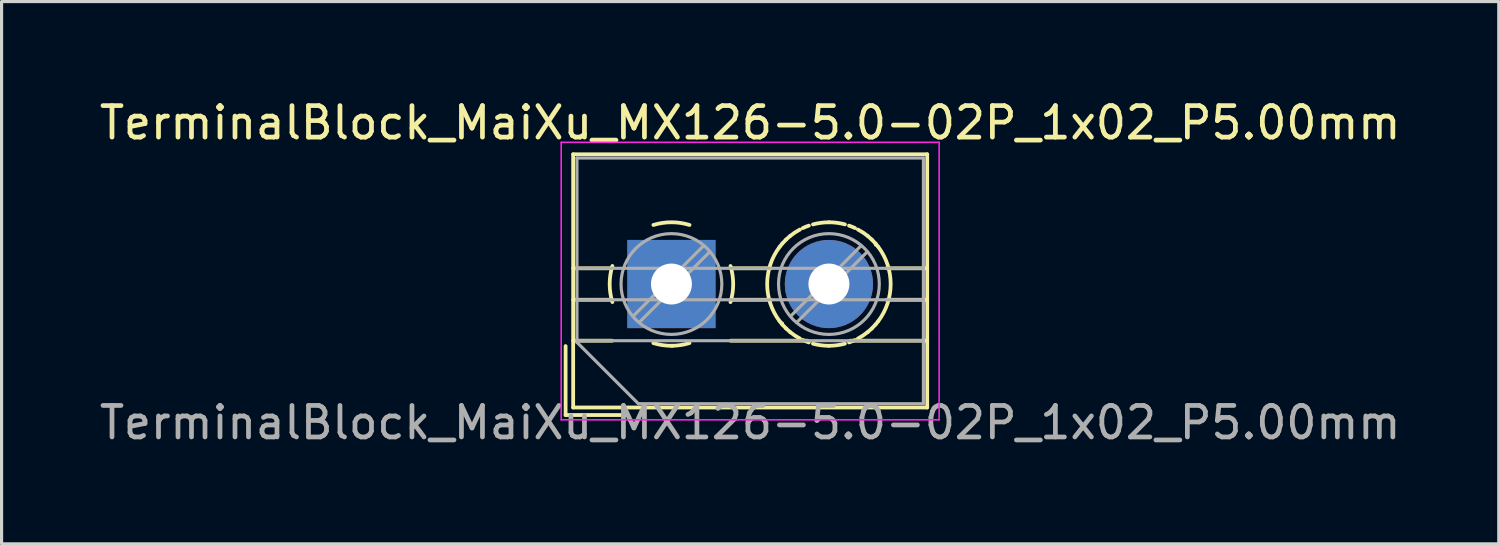
<source format=kicad_pcb>
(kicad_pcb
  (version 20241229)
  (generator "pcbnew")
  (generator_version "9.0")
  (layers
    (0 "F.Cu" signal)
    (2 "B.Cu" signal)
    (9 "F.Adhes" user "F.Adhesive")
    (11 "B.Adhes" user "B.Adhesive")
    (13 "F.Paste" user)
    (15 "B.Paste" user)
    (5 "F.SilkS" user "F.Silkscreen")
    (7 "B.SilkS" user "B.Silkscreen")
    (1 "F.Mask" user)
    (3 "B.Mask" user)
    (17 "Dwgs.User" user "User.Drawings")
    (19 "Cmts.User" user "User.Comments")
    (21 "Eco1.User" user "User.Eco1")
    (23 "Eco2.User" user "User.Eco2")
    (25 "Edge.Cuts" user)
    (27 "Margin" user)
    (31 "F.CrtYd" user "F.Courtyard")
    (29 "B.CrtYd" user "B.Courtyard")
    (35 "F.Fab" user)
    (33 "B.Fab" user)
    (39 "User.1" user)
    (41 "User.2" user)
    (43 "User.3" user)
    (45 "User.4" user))
  (footprint "TerminalBlock_MaiXu_MX126-5.0-02P_1x02_P5.00mm"
    (layer "F.Cu")
    (at 18.268 5.968)
    (property "Reference" "TerminalBlock_MaiXu_MX126-5.0-02P_1x02_P5.00mm" (at 2.5 -5.12 0) (layer "F.SilkS") (effects (font (size 1 1) (thickness 0.15))))
    (attr through_hole)
    (fp_line (start -3.36 1.97) (end -3.36 4.16) (stroke (width 0.12) (type solid)) (layer "F.SilkS"))
    (fp_line (start -3.36 4.16) (end -1.41 4.16) (stroke (width 0.12) (type solid)) (layer "F.SilkS"))
    (fp_line (start -3.12 -4.12) (end -3.12 3.92) (stroke (width 0.12) (type solid)) (layer "F.SilkS"))
    (fp_line (start -3.12 -4.12) (end 8.121 -4.12) (stroke (width 0.12) (type solid)) (layer "F.SilkS"))
    (fp_line (start -3.12 -0.5) (end -1.88 -0.5) (stroke (width 0.12) (type solid)) (layer "F.SilkS"))
    (fp_line (start -3.12 0.5) (end -1.88 0.5) (stroke (width 0.12) (type solid)) (layer "F.SilkS"))
    (fp_line (start -3.12 1.8) (end -1.88 1.8) (stroke (width 0.12) (type solid)) (layer "F.SilkS"))
    (fp_line (start -3.12 3.92) (end 8.121 3.92) (stroke (width 0.12) (type solid)) (layer "F.SilkS"))
    (fp_line (start 1.88 -0.5) (end 3.165 -0.5) (stroke (width 0.12) (type solid)) (layer "F.SilkS"))
    (fp_line (start 1.88 0.5) (end 3.165 0.5) (stroke (width 0.12) (type solid)) (layer "F.SilkS"))
    (fp_line (start 1.88 1.8) (end 4.331 1.8) (stroke (width 0.12) (type solid)) (layer "F.SilkS"))
    (fp_line (start 3.514 1.248) (end 3.514 1.248) (stroke (width 0.12) (type solid)) (layer "F.SilkS"))
    (fp_line (start 5.67 1.8) (end 8.121 1.8) (stroke (width 0.12) (type solid)) (layer "F.SilkS"))
    (fp_line (start 6.487 -1.248) (end 6.487 -1.248) (stroke (width 0.12) (type solid)) (layer "F.SilkS"))
    (fp_line (start 6.836 -0.5) (end 8.121 -0.5) (stroke (width 0.12) (type solid)) (layer "F.SilkS"))
    (fp_line (start 6.836 0.5) (end 8.121 0.5) (stroke (width 0.12) (type solid)) (layer "F.SilkS"))
    (fp_line (start 8.121 -4.12) (end 8.121 3.92) (stroke (width 0.12) (type solid)) (layer "F.SilkS"))
    (fp_arc (start -1.875422 0.572619) (mid -1.960893 -0.000722) (end -1.875 -0.574) (stroke (width 0.12) (type solid)) (layer "F.SilkS"))
    (fp_arc (start -0.572619 -1.875422) (mid 0.000722 -1.960893) (end 0.574 -1.875) (stroke (width 0.12) (type solid)) (layer "F.SilkS"))
    (fp_arc (start 0.0335 1.960607) (mid -0.273618 1.941709) (end -0.574 1.875) (stroke (width 0.12) (type solid)) (layer "F.SilkS"))
    (fp_arc (start 0.573049 1.874357) (mid 0.289706 1.938471) (end 0 1.96) (stroke (width 0.12) (type solid)) (layer "F.SilkS"))
    (fp_arc (start 1.875422 -0.572619) (mid 1.960893 0.000722) (end 1.875 0.574) (stroke (width 0.12) (type solid)) (layer "F.SilkS"))
    (fp_arc (start 3.434339 1.179122) (mid 3.039994 -0.000549) (end 3.435 -1.18) (stroke (width 0.12) (type solid)) (layer "F.SilkS"))
    (fp_arc (start 3.434826 -1.180695) (mid 3.476985 -1.2346) (end 3.521 -1.287) (stroke (width 0.12) (type solid)) (layer "F.SilkS"))
    (fp_arc (start 3.521125 1.286294) (mid 3.477135 1.233899) (end 3.435 1.18) (stroke (width 0.12) (type solid)) (layer "F.SilkS"))
    (fp_arc (start 3.521202 -1.287012) (mid 3.578748 -1.350291) (end 3.639 -1.411) (stroke (width 0.12) (type solid)) (layer "F.SilkS"))
    (fp_arc (start 3.63871 1.41001) (mid 3.578502 1.349289) (end 3.521 1.286) (stroke (width 0.12) (type solid)) (layer "F.SilkS"))
    (fp_arc (start 3.638867 -1.410738) (mid 3.701698 -1.468767) (end 3.767 -1.524) (stroke (width 0.12) (type solid)) (layer "F.SilkS"))
    (fp_arc (start 3.767069 1.523253) (mid 3.701799 1.468024) (end 3.639 1.41) (stroke (width 0.12) (type solid)) (layer "F.SilkS"))
    (fp_arc (start 3.767452 -1.524377) (mid 3.835117 -1.576689) (end 3.905 -1.626) (stroke (width 0.12) (type solid)) (layer "F.SilkS"))
    (fp_arc (start 3.904517 1.625664) (mid 3.834649 1.576332) (end 3.767 1.524) (stroke (width 0.12) (type solid)) (layer "F.SilkS"))
    (fp_arc (start 3.93363 -1.644317) (mid 4.00637 -1.689266) (end 4.081 -1.731) (stroke (width 0.12) (type solid)) (layer "F.SilkS"))
    (fp_arc (start 4.080344 1.730739) (mid 4.005726 1.688977) (end 3.933 1.644) (stroke (width 0.12) (type solid)) (layer "F.SilkS"))
    (fp_arc (start 4.172694 -1.777259) (mid 4.266842 -1.818121) (end 4.363 -1.854) (stroke (width 0.12) (type solid)) (layer "F.SilkS"))
    (fp_arc (start 4.362283 1.853815) (mid 4.266136 1.817899) (end 4.172 1.777) (stroke (width 0.12) (type solid)) (layer "F.SilkS"))
    (fp_arc (start 4.493681 -1.893473) (mid 4.74516 -1.943362) (end 5.001 -1.96) (stroke (width 0.12) (type solid)) (layer "F.SilkS"))
    (fp_arc (start 5.000479 1.960685) (mid 4.744554 1.943973) (end 4.493 1.894) (stroke (width 0.12) (type solid)) (layer "F.SilkS"))
    (fp_arc (start 5.000487 -1.960944) (mid 5.256437 -1.944104) (end 5.508 -1.894) (stroke (width 0.12) (type solid)) (layer "F.SilkS"))
    (fp_arc (start 5.507285 1.893215) (mid 5.255831 1.943232) (end 5 1.96) (stroke (width 0.12) (type solid)) (layer "F.SilkS"))
    (fp_arc (start 5.638712 -1.85392) (mid 5.734863 -1.817951) (end 5.829 -1.777) (stroke (width 0.12) (type solid)) (layer "F.SilkS"))
    (fp_arc (start 5.829295 1.77705) (mid 5.735155 1.818016) (end 5.639 1.854) (stroke (width 0.12) (type solid)) (layer "F.SilkS"))
    (fp_arc (start 5.920652 -1.730826) (mid 5.995273 -1.689021) (end 6.068 -1.644) (stroke (width 0.12) (type solid)) (layer "F.SilkS"))
    (fp_arc (start 6.068362 1.644143) (mid 5.995629 1.689179) (end 5.921 1.731) (stroke (width 0.12) (type solid)) (layer "F.SilkS"))
    (fp_arc (start 6.096479 -1.625751) (mid 6.16635 -1.576376) (end 6.234 -1.524) (stroke (width 0.12) (type solid)) (layer "F.SilkS"))
    (fp_arc (start 6.233457 1.523294) (mid 6.165838 1.575647) (end 6.096 1.625) (stroke (width 0.12) (type solid)) (layer "F.SilkS"))
    (fp_arc (start 6.233928 -1.523341) (mid 6.2992 -1.468068) (end 6.362 -1.41) (stroke (width 0.12) (type solid)) (layer "F.SilkS"))
    (fp_arc (start 6.36213 1.410651) (mid 6.299301 1.468723) (end 6.234 1.524) (stroke (width 0.12) (type solid)) (layer "F.SilkS"))
    (fp_arc (start 6.362286 -1.410097) (mid 6.422497 -1.349333) (end 6.48 -1.286) (stroke (width 0.12) (type solid)) (layer "F.SilkS"))
    (fp_arc (start 6.479707 1.285928) (mid 6.422207 1.349248) (end 6.362 1.41) (stroke (width 0.12) (type solid)) (layer "F.SilkS"))
    (fp_arc (start 6.479873 -1.286364) (mid 6.523865 -1.233934) (end 6.566 -1.18) (stroke (width 0.12) (type solid)) (layer "F.SilkS"))
    (fp_arc (start 6.565937 -1.180084) (mid 6.960805 -0.000052) (end 6.566 1.18) (stroke (width 0.12) (type solid)) (layer "F.SilkS"))
    (fp_arc (start 6.566102 1.179628) (mid 6.523979 1.233565) (end 6.48 1.286) (stroke (width 0.12) (type solid)) (layer "F.SilkS"))
    (fp_line (start -3.5 -4.5) (end -3.5 4.31) (stroke (width 0.05) (type solid)) (layer "F.CrtYd"))
    (fp_line (start -3.5 4.31) (end 8.5 4.31) (stroke (width 0.05) (type solid)) (layer "F.CrtYd"))
    (fp_line (start 8.5 -4.5) (end -3.5 -4.5) (stroke (width 0.05) (type solid)) (layer "F.CrtYd"))
    (fp_line (start 8.5 4.31) (end 8.5 -4.5) (stroke (width 0.05) (type solid)) (layer "F.CrtYd"))
    (fp_line (start -3 -4) (end 8 -4) (stroke (width 0.1) (type solid)) (layer "F.Fab"))
    (fp_line (start -3 -0.5) (end 8 -0.5) (stroke (width 0.1) (type solid)) (layer "F.Fab"))
    (fp_line (start -3 0.5) (end 8 0.5) (stroke (width 0.1) (type solid)) (layer "F.Fab"))
    (fp_line (start -3 1.8) (end 8 1.8) (stroke (width 0.1) (type solid)) (layer "F.Fab"))
    (fp_line (start -3 1.85) (end -3 -4) (stroke (width 0.1) (type solid)) (layer "F.Fab"))
    (fp_line (start -1.05 3.8) (end -3 1.85) (stroke (width 0.1) (type solid)) (layer "F.Fab"))
    (fp_line (start 1.019 -1.214) (end -1.214 1.018) (stroke (width 0.1) (type solid)) (layer "F.Fab"))
    (fp_line (start 1.214 -1.019) (end -1.019 1.214) (stroke (width 0.1) (type solid)) (layer "F.Fab"))
    (fp_line (start 6.019 -1.214) (end 3.787 1.018) (stroke (width 0.1) (type solid)) (layer "F.Fab"))
    (fp_line (start 6.214 -1.019) (end 3.982 1.214) (stroke (width 0.1) (type solid)) (layer "F.Fab"))
    (fp_line (start 8 -4) (end 8 3.8) (stroke (width 0.1) (type solid)) (layer "F.Fab"))
    (fp_line (start 8 3.8) (end -1.05 3.8) (stroke (width 0.1) (type solid)) (layer "F.Fab"))
    (fp_circle (center 0 0) (end 1.6 0) (stroke (width 0.1) (type solid)) (fill no) (layer "F.Fab"))
    (fp_circle (center 5 0) (end 6.6 0) (stroke (width 0.1) (type solid)) (fill no) (layer "F.Fab"))
    (fp_text user "${REFERENCE}" (at 2.5 4.4 0) (layer "F.Fab") (effects (font (size 1 1) (thickness 0.15))))
    (pad "1" thru_hole rect (at 0 0) (size 2.8 2.8) (drill 1.3) (layers "*.Cu" "*.Mask"))
    (pad "2" thru_hole circle (at 5 0) (size 2.8 2.8) (drill 1.3) (layers "*.Cu" "*.Mask")))
  (gr_rect
    (start -3 -3)
    (end 44.536 14.216)
    (stroke (width 0.1) (type default))
    (fill no)
    (layer "Edge.Cuts")))
</source>
